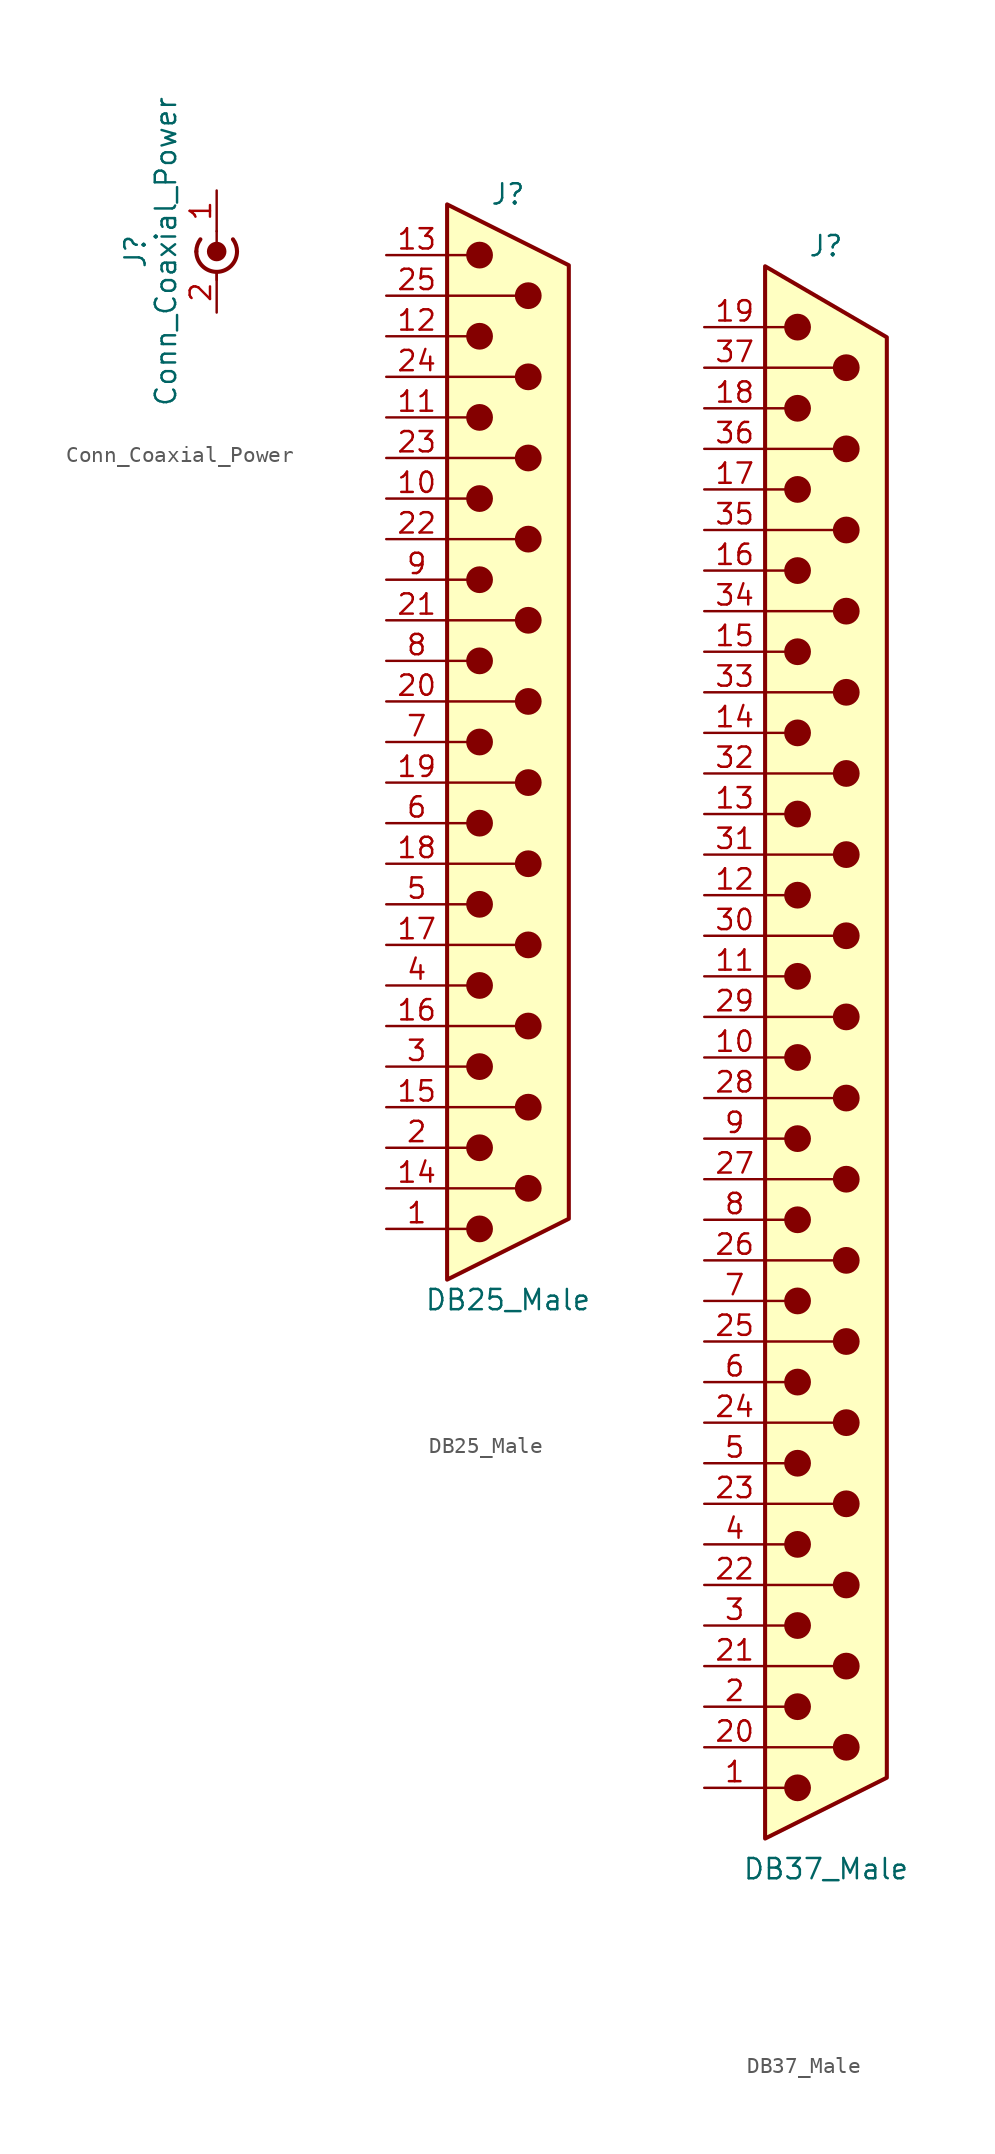
<source format=kicad_sym>
(kicad_symbol_lib
  (version 20220914)
  (generator kicad_symbol_editor)
  (symbol "Conn_Coaxial_Power"
    (pin_names
      (offset 1.016) hide)
    (property "Reference" "J"
      (at -5.08 -1.27 90)
      (effects (font (size 1.27 1.27))))
    (property "Value" "Conn_Coaxial_Power"
      (at -3.175 -1.27 90)
      (effects (font (size 1.27 1.27))))
    (symbol "Conn_Coaxial_Power_0_1"
      (arc (start -1.27 -1.27) (mid 0 -2.5345) (end 1.27 -1.27) (stroke (width 0.254) (type solid)) (fill (type none)))
      (arc (start -1.016 -0.508) (mid -1.2048 -0.8684) (end -1.27 -1.27) (stroke (width 0.254) (type solid)) (fill (type none)))
      (circle (center 0 -1.27) (radius 0.508) (stroke (width 0.203) (type solid)) (fill (type outline)))
      (polyline (pts (xy 0 -2.54) (xy 0 -3.048)) (stroke (width 0) (type solid)) (fill (type none)))
      (polyline (pts (xy 0 0) (xy 0 -1.27)) (stroke (width 0) (type solid)) (fill (type none)))
      (arc (start 1.27 -1.27) (mid 1.2048 -0.8684) (end 1.016 -0.508) (stroke (width 0.254) (type solid)) (fill (type none))))
    (symbol "Conn_Coaxial_Power_1_1"
      (pin passive line (at 0 2.54 270) (length 2.54) (name "In" (effects (font (size 1.27 1.27)))) (number "1" (effects (font (size 1.27 1.27)))))
      (pin passive line (at 0 -5.08 90) (length 2.54) (name "Ext" (effects (font (size 1.27 1.27)))) (number "2" (effects (font (size 1.27 1.27)))))))
  (symbol "DB25_Male"
    (pin_names
      (offset 1.016) hide)
    (property "Reference" "J"
      (at 0 34.29 0)
      (effects (font (size 1.27 1.27))))
    (property "Value" "DB25_Male"
      (at 0 -34.925 0)
      (effects (font (size 1.27 1.27))))
    (symbol "DB25_Male_0_1"
      (circle (center -1.778 -30.48) (radius 0.762) (stroke (width 0) (type solid)) (fill (type outline)))
      (circle (center -1.778 -25.4) (radius 0.762) (stroke (width 0) (type solid)) (fill (type outline)))
      (circle (center -1.778 -20.32) (radius 0.762) (stroke (width 0) (type solid)) (fill (type outline)))
      (circle (center -1.778 -15.24) (radius 0.762) (stroke (width 0) (type solid)) (fill (type outline)))
      (circle (center -1.778 -10.16) (radius 0.762) (stroke (width 0) (type solid)) (fill (type outline)))
      (circle (center -1.778 -5.08) (radius 0.762) (stroke (width 0) (type solid)) (fill (type outline)))
      (circle (center -1.778 0) (radius 0.762) (stroke (width 0) (type solid)) (fill (type outline)))
      (circle (center -1.778 5.08) (radius 0.762) (stroke (width 0) (type solid)) (fill (type outline)))
      (circle (center -1.778 10.16) (radius 0.762) (stroke (width 0) (type solid)) (fill (type outline)))
      (circle (center -1.778 15.24) (radius 0.762) (stroke (width 0) (type solid)) (fill (type outline)))
      (circle (center -1.778 20.32) (radius 0.762) (stroke (width 0) (type solid)) (fill (type outline)))
      (circle (center -1.778 25.4) (radius 0.762) (stroke (width 0) (type solid)) (fill (type outline)))
      (circle (center -1.778 30.48) (radius 0.762) (stroke (width 0) (type solid)) (fill (type outline)))
      (polyline (pts (xy -3.81 -30.48) (xy -2.54 -30.48)) (stroke (width 0) (type solid)) (fill (type none)))
      (polyline (pts (xy -3.81 -27.94) (xy 0.508 -27.94)) (stroke (width 0) (type solid)) (fill (type none)))
      (polyline (pts (xy -3.81 -25.4) (xy -2.54 -25.4)) (stroke (width 0) (type solid)) (fill (type none)))
      (polyline (pts (xy -3.81 -22.86) (xy 0.508 -22.86)) (stroke (width 0) (type solid)) (fill (type none)))
      (polyline (pts (xy -3.81 -20.32) (xy -2.54 -20.32)) (stroke (width 0) (type solid)) (fill (type none)))
      (polyline (pts (xy -3.81 -17.78) (xy 0.508 -17.78)) (stroke (width 0) (type solid)) (fill (type none)))
      (polyline (pts (xy -3.81 -15.24) (xy -2.54 -15.24)) (stroke (width 0) (type solid)) (fill (type none)))
      (polyline (pts (xy -3.81 -12.7) (xy 0.508 -12.7)) (stroke (width 0) (type solid)) (fill (type none)))
      (polyline (pts (xy -3.81 -10.16) (xy -2.54 -10.16)) (stroke (width 0) (type solid)) (fill (type none)))
      (polyline (pts (xy -3.81 -7.62) (xy 0.508 -7.62)) (stroke (width 0) (type solid)) (fill (type none)))
      (polyline (pts (xy -3.81 -5.08) (xy -2.54 -5.08)) (stroke (width 0) (type solid)) (fill (type none)))
      (polyline (pts (xy -3.81 -2.54) (xy 0.508 -2.54)) (stroke (width 0) (type solid)) (fill (type none)))
      (polyline (pts (xy -3.81 0) (xy -2.54 0)) (stroke (width 0) (type solid)) (fill (type none)))
      (polyline (pts (xy -3.81 2.54) (xy 0.508 2.54)) (stroke (width 0) (type solid)) (fill (type none)))
      (polyline (pts (xy -3.81 5.08) (xy -2.54 5.08)) (stroke (width 0) (type solid)) (fill (type none)))
      (polyline (pts (xy -3.81 7.62) (xy 0.508 7.62)) (stroke (width 0) (type solid)) (fill (type none)))
      (polyline (pts (xy -3.81 10.16) (xy -2.54 10.16)) (stroke (width 0) (type solid)) (fill (type none)))
      (polyline (pts (xy -3.81 12.7) (xy 0.508 12.7)) (stroke (width 0) (type solid)) (fill (type none)))
      (polyline (pts (xy -3.81 15.24) (xy -2.54 15.24)) (stroke (width 0) (type solid)) (fill (type none)))
      (polyline (pts (xy -3.81 17.78) (xy 0.508 17.78)) (stroke (width 0) (type solid)) (fill (type none)))
      (polyline (pts (xy -3.81 20.32) (xy -2.54 20.32)) (stroke (width 0) (type solid)) (fill (type none)))
      (polyline (pts (xy -3.81 22.86) (xy 0.508 22.86)) (stroke (width 0) (type solid)) (fill (type none)))
      (polyline (pts (xy -3.81 25.4) (xy -2.54 25.4)) (stroke (width 0) (type solid)) (fill (type none)))
      (polyline (pts (xy -3.81 27.94) (xy 0.508 27.94)) (stroke (width 0) (type solid)) (fill (type none)))
      (polyline (pts (xy -3.81 30.48) (xy -2.54 30.48)) (stroke (width 0) (type solid)) (fill (type none)))
      (polyline (pts (xy -3.81 -33.655) (xy 3.81 -29.845) (xy 3.81 29.845) (xy -3.81 33.655) (xy -3.81 -33.655)) (stroke (width 0.254) (type solid)) (fill (type background)))
      (circle (center 1.27 -27.94) (radius 0.762) (stroke (width 0) (type solid)) (fill (type outline)))
      (circle (center 1.27 -22.86) (radius 0.762) (stroke (width 0) (type solid)) (fill (type outline)))
      (circle (center 1.27 -17.78) (radius 0.762) (stroke (width 0) (type solid)) (fill (type outline)))
      (circle (center 1.27 -12.7) (radius 0.762) (stroke (width 0) (type solid)) (fill (type outline)))
      (circle (center 1.27 -7.62) (radius 0.762) (stroke (width 0) (type solid)) (fill (type outline)))
      (circle (center 1.27 -2.54) (radius 0.762) (stroke (width 0) (type solid)) (fill (type outline)))
      (circle (center 1.27 2.54) (radius 0.762) (stroke (width 0) (type solid)) (fill (type outline)))
      (circle (center 1.27 7.62) (radius 0.762) (stroke (width 0) (type solid)) (fill (type outline)))
      (circle (center 1.27 12.7) (radius 0.762) (stroke (width 0) (type solid)) (fill (type outline)))
      (circle (center 1.27 17.78) (radius 0.762) (stroke (width 0) (type solid)) (fill (type outline)))
      (circle (center 1.27 22.86) (radius 0.762) (stroke (width 0) (type solid)) (fill (type outline)))
      (circle (center 1.27 27.94) (radius 0.762) (stroke (width 0) (type solid)) (fill (type outline))))
    (symbol "DB25_Male_1_1"
      (pin passive line (at -7.62 -30.48 0) (length 3.81) (name "1" (effects (font (size 1.27 1.27)))) (number "1" (effects (font (size 1.27 1.27)))))
      (pin passive line (at -7.62 15.24 0) (length 3.81) (name "10" (effects (font (size 1.27 1.27)))) (number "10" (effects (font (size 1.27 1.27)))))
      (pin passive line (at -7.62 20.32 0) (length 3.81) (name "11" (effects (font (size 1.27 1.27)))) (number "11" (effects (font (size 1.27 1.27)))))
      (pin passive line (at -7.62 25.4 0) (length 3.81) (name "12" (effects (font (size 1.27 1.27)))) (number "12" (effects (font (size 1.27 1.27)))))
      (pin passive line (at -7.62 30.48 0) (length 3.81) (name "13" (effects (font (size 1.27 1.27)))) (number "13" (effects (font (size 1.27 1.27)))))
      (pin passive line (at -7.62 -27.94 0) (length 3.81) (name "P14" (effects (font (size 1.27 1.27)))) (number "14" (effects (font (size 1.27 1.27)))))
      (pin passive line (at -7.62 -22.86 0) (length 3.81) (name "P15" (effects (font (size 1.27 1.27)))) (number "15" (effects (font (size 1.27 1.27)))))
      (pin passive line (at -7.62 -17.78 0) (length 3.81) (name "P16" (effects (font (size 1.27 1.27)))) (number "16" (effects (font (size 1.27 1.27)))))
      (pin passive line (at -7.62 -12.7 0) (length 3.81) (name "P17" (effects (font (size 1.27 1.27)))) (number "17" (effects (font (size 1.27 1.27)))))
      (pin passive line (at -7.62 -7.62 0) (length 3.81) (name "P18" (effects (font (size 1.27 1.27)))) (number "18" (effects (font (size 1.27 1.27)))))
      (pin passive line (at -7.62 -2.54 0) (length 3.81) (name "P19" (effects (font (size 1.27 1.27)))) (number "19" (effects (font (size 1.27 1.27)))))
      (pin passive line (at -7.62 -25.4 0) (length 3.81) (name "2" (effects (font (size 1.27 1.27)))) (number "2" (effects (font (size 1.27 1.27)))))
      (pin passive line (at -7.62 2.54 0) (length 3.81) (name "P20" (effects (font (size 1.27 1.27)))) (number "20" (effects (font (size 1.27 1.27)))))
      (pin passive line (at -7.62 7.62 0) (length 3.81) (name "P21" (effects (font (size 1.27 1.27)))) (number "21" (effects (font (size 1.27 1.27)))))
      (pin passive line (at -7.62 12.7 0) (length 3.81) (name "P22" (effects (font (size 1.27 1.27)))) (number "22" (effects (font (size 1.27 1.27)))))
      (pin passive line (at -7.62 17.78 0) (length 3.81) (name "P23" (effects (font (size 1.27 1.27)))) (number "23" (effects (font (size 1.27 1.27)))))
      (pin passive line (at -7.62 22.86 0) (length 3.81) (name "P24" (effects (font (size 1.27 1.27)))) (number "24" (effects (font (size 1.27 1.27)))))
      (pin passive line (at -7.62 27.94 0) (length 3.81) (name "P25" (effects (font (size 1.27 1.27)))) (number "25" (effects (font (size 1.27 1.27)))))
      (pin passive line (at -7.62 -20.32 0) (length 3.81) (name "3" (effects (font (size 1.27 1.27)))) (number "3" (effects (font (size 1.27 1.27)))))
      (pin passive line (at -7.62 -15.24 0) (length 3.81) (name "4" (effects (font (size 1.27 1.27)))) (number "4" (effects (font (size 1.27 1.27)))))
      (pin passive line (at -7.62 -10.16 0) (length 3.81) (name "5" (effects (font (size 1.27 1.27)))) (number "5" (effects (font (size 1.27 1.27)))))
      (pin passive line (at -7.62 -5.08 0) (length 3.81) (name "6" (effects (font (size 1.27 1.27)))) (number "6" (effects (font (size 1.27 1.27)))))
      (pin passive line (at -7.62 0 0) (length 3.81) (name "7" (effects (font (size 1.27 1.27)))) (number "7" (effects (font (size 1.27 1.27)))))
      (pin passive line (at -7.62 5.08 0) (length 3.81) (name "8" (effects (font (size 1.27 1.27)))) (number "8" (effects (font (size 1.27 1.27)))))
      (pin passive line (at -7.62 10.16 0) (length 3.81) (name "9" (effects (font (size 1.27 1.27)))) (number "9" (effects (font (size 1.27 1.27)))))))
  (symbol "DB37_Male"
    (pin_names
      (offset 1.016) hide)
    (property "Reference" "J"
      (at 0 50.8 0)
      (effects (font (size 1.27 1.27))))
    (property "Value" "DB37_Male"
      (at 0 -50.8 0)
      (effects (font (size 1.27 1.27))))
    (symbol "DB37_Male_0_1"
      (circle (center -1.778 -45.72) (radius 0.762) (stroke (width 0) (type solid)) (fill (type outline)))
      (circle (center -1.778 -40.64) (radius 0.762) (stroke (width 0) (type solid)) (fill (type outline)))
      (circle (center -1.778 -35.56) (radius 0.762) (stroke (width 0) (type solid)) (fill (type outline)))
      (circle (center -1.778 -30.48) (radius 0.762) (stroke (width 0) (type solid)) (fill (type outline)))
      (circle (center -1.778 -25.4) (radius 0.762) (stroke (width 0) (type solid)) (fill (type outline)))
      (circle (center -1.778 -20.32) (radius 0.762) (stroke (width 0) (type solid)) (fill (type outline)))
      (circle (center -1.778 -15.24) (radius 0.762) (stroke (width 0) (type solid)) (fill (type outline)))
      (circle (center -1.778 -10.16) (radius 0.762) (stroke (width 0) (type solid)) (fill (type outline)))
      (circle (center -1.778 -5.08) (radius 0.762) (stroke (width 0) (type solid)) (fill (type outline)))
      (circle (center -1.778 0) (radius 0.762) (stroke (width 0) (type solid)) (fill (type outline)))
      (circle (center -1.778 5.08) (radius 0.762) (stroke (width 0) (type solid)) (fill (type outline)))
      (circle (center -1.778 10.16) (radius 0.762) (stroke (width 0) (type solid)) (fill (type outline)))
      (circle (center -1.778 15.24) (radius 0.762) (stroke (width 0) (type solid)) (fill (type outline)))
      (circle (center -1.778 20.32) (radius 0.762) (stroke (width 0) (type solid)) (fill (type outline)))
      (circle (center -1.778 25.4) (radius 0.762) (stroke (width 0) (type solid)) (fill (type outline)))
      (circle (center -1.778 30.48) (radius 0.762) (stroke (width 0) (type solid)) (fill (type outline)))
      (circle (center -1.778 35.56) (radius 0.762) (stroke (width 0) (type solid)) (fill (type outline)))
      (circle (center -1.778 40.64) (radius 0.762) (stroke (width 0) (type solid)) (fill (type outline)))
      (circle (center -1.778 45.72) (radius 0.762) (stroke (width 0) (type solid)) (fill (type outline)))
      (polyline (pts (xy -3.81 -45.72) (xy -2.54 -45.72)) (stroke (width 0) (type solid)) (fill (type none)))
      (polyline (pts (xy -3.81 -43.18) (xy 0.508 -43.18)) (stroke (width 0) (type solid)) (fill (type none)))
      (polyline (pts (xy -3.81 -40.64) (xy -2.54 -40.64)) (stroke (width 0) (type solid)) (fill (type none)))
      (polyline (pts (xy -3.81 -38.1) (xy 0.508 -38.1)) (stroke (width 0) (type solid)) (fill (type none)))
      (polyline (pts (xy -3.81 -35.56) (xy -2.54 -35.56)) (stroke (width 0) (type solid)) (fill (type none)))
      (polyline (pts (xy -3.81 -33.02) (xy 0.508 -33.02)) (stroke (width 0) (type solid)) (fill (type none)))
      (polyline (pts (xy -3.81 -30.48) (xy -2.54 -30.48)) (stroke (width 0) (type solid)) (fill (type none)))
      (polyline (pts (xy -3.81 -27.94) (xy 0.508 -27.94)) (stroke (width 0) (type solid)) (fill (type none)))
      (polyline (pts (xy -3.81 -25.4) (xy -2.54 -25.4)) (stroke (width 0) (type solid)) (fill (type none)))
      (polyline (pts (xy -3.81 -22.86) (xy 0.508 -22.86)) (stroke (width 0) (type solid)) (fill (type none)))
      (polyline (pts (xy -3.81 -20.32) (xy -2.54 -20.32)) (stroke (width 0) (type solid)) (fill (type none)))
      (polyline (pts (xy -3.81 -17.78) (xy 0.508 -17.78)) (stroke (width 0) (type solid)) (fill (type none)))
      (polyline (pts (xy -3.81 -15.24) (xy -2.54 -15.24)) (stroke (width 0) (type solid)) (fill (type none)))
      (polyline (pts (xy -3.81 -12.7) (xy 0.508 -12.7)) (stroke (width 0) (type solid)) (fill (type none)))
      (polyline (pts (xy -3.81 -10.16) (xy -2.54 -10.16)) (stroke (width 0) (type solid)) (fill (type none)))
      (polyline (pts (xy -3.81 -7.62) (xy 0.508 -7.62)) (stroke (width 0) (type solid)) (fill (type none)))
      (polyline (pts (xy -3.81 -5.08) (xy -2.54 -5.08)) (stroke (width 0) (type solid)) (fill (type none)))
      (polyline (pts (xy -3.81 -2.54) (xy 0.508 -2.54)) (stroke (width 0) (type solid)) (fill (type none)))
      (polyline (pts (xy -3.81 0) (xy -2.54 0)) (stroke (width 0) (type solid)) (fill (type none)))
      (polyline (pts (xy -3.81 2.54) (xy 0.508 2.54)) (stroke (width 0) (type solid)) (fill (type none)))
      (polyline (pts (xy -3.81 5.08) (xy -2.54 5.08)) (stroke (width 0) (type solid)) (fill (type none)))
      (polyline (pts (xy -3.81 7.62) (xy 0.508 7.62)) (stroke (width 0) (type solid)) (fill (type none)))
      (polyline (pts (xy -3.81 10.16) (xy -2.54 10.16)) (stroke (width 0) (type solid)) (fill (type none)))
      (polyline (pts (xy -3.81 12.7) (xy 0.508 12.7)) (stroke (width 0) (type solid)) (fill (type none)))
      (polyline (pts (xy -3.81 15.24) (xy -2.54 15.24)) (stroke (width 0) (type solid)) (fill (type none)))
      (polyline (pts (xy -3.81 17.78) (xy 0.508 17.78)) (stroke (width 0) (type solid)) (fill (type none)))
      (polyline (pts (xy -3.81 20.32) (xy -2.54 20.32)) (stroke (width 0) (type solid)) (fill (type none)))
      (polyline (pts (xy -3.81 22.86) (xy 0.508 22.86)) (stroke (width 0) (type solid)) (fill (type none)))
      (polyline (pts (xy -3.81 25.4) (xy -2.54 25.4)) (stroke (width 0) (type solid)) (fill (type none)))
      (polyline (pts (xy -3.81 27.94) (xy 0.508 27.94)) (stroke (width 0) (type solid)) (fill (type none)))
      (polyline (pts (xy -3.81 30.48) (xy -2.54 30.48)) (stroke (width 0) (type solid)) (fill (type none)))
      (polyline (pts (xy -3.81 33.02) (xy 0.508 33.02)) (stroke (width 0) (type solid)) (fill (type none)))
      (polyline (pts (xy -3.81 35.56) (xy -2.54 35.56)) (stroke (width 0) (type solid)) (fill (type none)))
      (polyline (pts (xy -3.81 38.1) (xy 0.508 38.1)) (stroke (width 0) (type solid)) (fill (type none)))
      (polyline (pts (xy -3.81 40.64) (xy -2.54 40.64)) (stroke (width 0) (type solid)) (fill (type none)))
      (polyline (pts (xy -3.81 43.18) (xy 0.508 43.18)) (stroke (width 0) (type solid)) (fill (type none)))
      (polyline (pts (xy -3.81 45.72) (xy -2.54 45.72)) (stroke (width 0) (type solid)) (fill (type none)))
      (polyline (pts (xy -3.81 49.53) (xy 3.81 45.085) (xy 3.81 -45.085) (xy -3.81 -48.895) (xy -3.81 49.53)) (stroke (width 0.254) (type solid)) (fill (type background)))
      (circle (center 1.27 -43.18) (radius 0.762) (stroke (width 0) (type solid)) (fill (type outline)))
      (circle (center 1.27 -38.1) (radius 0.762) (stroke (width 0) (type solid)) (fill (type outline)))
      (circle (center 1.27 -33.02) (radius 0.762) (stroke (width 0) (type solid)) (fill (type outline)))
      (circle (center 1.27 -27.94) (radius 0.762) (stroke (width 0) (type solid)) (fill (type outline)))
      (circle (center 1.27 -22.86) (radius 0.762) (stroke (width 0) (type solid)) (fill (type outline)))
      (circle (center 1.27 -17.78) (radius 0.762) (stroke (width 0) (type solid)) (fill (type outline)))
      (circle (center 1.27 -12.7) (radius 0.762) (stroke (width 0) (type solid)) (fill (type outline)))
      (circle (center 1.27 -7.62) (radius 0.762) (stroke (width 0) (type solid)) (fill (type outline)))
      (circle (center 1.27 -2.54) (radius 0.762) (stroke (width 0) (type solid)) (fill (type outline)))
      (circle (center 1.27 2.54) (radius 0.762) (stroke (width 0) (type solid)) (fill (type outline)))
      (circle (center 1.27 7.62) (radius 0.762) (stroke (width 0) (type solid)) (fill (type outline)))
      (circle (center 1.27 12.7) (radius 0.762) (stroke (width 0) (type solid)) (fill (type outline)))
      (circle (center 1.27 17.78) (radius 0.762) (stroke (width 0) (type solid)) (fill (type outline)))
      (circle (center 1.27 22.86) (radius 0.762) (stroke (width 0) (type solid)) (fill (type outline)))
      (circle (center 1.27 27.94) (radius 0.762) (stroke (width 0) (type solid)) (fill (type outline)))
      (circle (center 1.27 33.02) (radius 0.762) (stroke (width 0) (type solid)) (fill (type outline)))
      (circle (center 1.27 38.1) (radius 0.762) (stroke (width 0) (type solid)) (fill (type outline)))
      (circle (center 1.27 43.18) (radius 0.762) (stroke (width 0) (type solid)) (fill (type outline))))
    (symbol "DB37_Male_1_1"
      (pin passive line (at -7.62 -45.72 0) (length 3.81) (name "1" (effects (font (size 1.27 1.27)))) (number "1" (effects (font (size 1.27 1.27)))))
      (pin passive line (at -7.62 0 0) (length 3.81) (name "10" (effects (font (size 1.27 1.27)))) (number "10" (effects (font (size 1.27 1.27)))))
      (pin passive line (at -7.62 5.08 0) (length 3.81) (name "11" (effects (font (size 1.27 1.27)))) (number "11" (effects (font (size 1.27 1.27)))))
      (pin passive line (at -7.62 10.16 0) (length 3.81) (name "12" (effects (font (size 1.27 1.27)))) (number "12" (effects (font (size 1.27 1.27)))))
      (pin passive line (at -7.62 15.24 0) (length 3.81) (name "13" (effects (font (size 1.27 1.27)))) (number "13" (effects (font (size 1.27 1.27)))))
      (pin passive line (at -7.62 20.32 0) (length 3.81) (name "14" (effects (font (size 1.27 1.27)))) (number "14" (effects (font (size 1.27 1.27)))))
      (pin passive line (at -7.62 25.4 0) (length 3.81) (name "15" (effects (font (size 1.27 1.27)))) (number "15" (effects (font (size 1.27 1.27)))))
      (pin passive line (at -7.62 30.48 0) (length 3.81) (name "16" (effects (font (size 1.27 1.27)))) (number "16" (effects (font (size 1.27 1.27)))))
      (pin passive line (at -7.62 35.56 0) (length 3.81) (name "17" (effects (font (size 1.27 1.27)))) (number "17" (effects (font (size 1.27 1.27)))))
      (pin passive line (at -7.62 40.64 0) (length 3.81) (name "18" (effects (font (size 1.27 1.27)))) (number "18" (effects (font (size 1.27 1.27)))))
      (pin passive line (at -7.62 45.72 0) (length 3.81) (name "19" (effects (font (size 1.27 1.27)))) (number "19" (effects (font (size 1.27 1.27)))))
      (pin passive line (at -7.62 -40.64 0) (length 3.81) (name "2" (effects (font (size 1.27 1.27)))) (number "2" (effects (font (size 1.27 1.27)))))
      (pin passive line (at -7.62 -43.18 0) (length 3.81) (name "20" (effects (font (size 1.27 1.27)))) (number "20" (effects (font (size 1.27 1.27)))))
      (pin passive line (at -7.62 -38.1 0) (length 3.81) (name "21" (effects (font (size 1.27 1.27)))) (number "21" (effects (font (size 1.27 1.27)))))
      (pin passive line (at -7.62 -33.02 0) (length 3.81) (name "22" (effects (font (size 1.27 1.27)))) (number "22" (effects (font (size 1.27 1.27)))))
      (pin passive line (at -7.62 -27.94 0) (length 3.81) (name "23" (effects (font (size 1.27 1.27)))) (number "23" (effects (font (size 1.27 1.27)))))
      (pin passive line (at -7.62 -22.86 0) (length 3.81) (name "24" (effects (font (size 1.27 1.27)))) (number "24" (effects (font (size 1.27 1.27)))))
      (pin passive line (at -7.62 -17.78 0) (length 3.81) (name "25" (effects (font (size 1.27 1.27)))) (number "25" (effects (font (size 1.27 1.27)))))
      (pin passive line (at -7.62 -12.7 0) (length 3.81) (name "26" (effects (font (size 1.27 1.27)))) (number "26" (effects (font (size 1.27 1.27)))))
      (pin passive line (at -7.62 -7.62 0) (length 3.81) (name "27" (effects (font (size 1.27 1.27)))) (number "27" (effects (font (size 1.27 1.27)))))
      (pin passive line (at -7.62 -2.54 0) (length 3.81) (name "28" (effects (font (size 1.27 1.27)))) (number "28" (effects (font (size 1.27 1.27)))))
      (pin passive line (at -7.62 2.54 0) (length 3.81) (name "29" (effects (font (size 1.27 1.27)))) (number "29" (effects (font (size 1.27 1.27)))))
      (pin passive line (at -7.62 -35.56 0) (length 3.81) (name "3" (effects (font (size 1.27 1.27)))) (number "3" (effects (font (size 1.27 1.27)))))
      (pin passive line (at -7.62 7.62 0) (length 3.81) (name "30" (effects (font (size 1.27 1.27)))) (number "30" (effects (font (size 1.27 1.27)))))
      (pin passive line (at -7.62 12.7 0) (length 3.81) (name "31" (effects (font (size 1.27 1.27)))) (number "31" (effects (font (size 1.27 1.27)))))
      (pin passive line (at -7.62 17.78 0) (length 3.81) (name "32" (effects (font (size 1.27 1.27)))) (number "32" (effects (font (size 1.27 1.27)))))
      (pin passive line (at -7.62 22.86 0) (length 3.81) (name "33" (effects (font (size 1.27 1.27)))) (number "33" (effects (font (size 1.27 1.27)))))
      (pin passive line (at -7.62 27.94 0) (length 3.81) (name "34" (effects (font (size 1.27 1.27)))) (number "34" (effects (font (size 1.27 1.27)))))
      (pin passive line (at -7.62 33.02 0) (length 3.81) (name "35" (effects (font (size 1.27 1.27)))) (number "35" (effects (font (size 1.27 1.27)))))
      (pin passive line (at -7.62 38.1 0) (length 3.81) (name "36" (effects (font (size 1.27 1.27)))) (number "36" (effects (font (size 1.27 1.27)))))
      (pin passive line (at -7.62 43.18 0) (length 3.81) (name "37" (effects (font (size 1.27 1.27)))) (number "37" (effects (font (size 1.27 1.27)))))
      (pin passive line (at -7.62 -30.48 0) (length 3.81) (name "4" (effects (font (size 1.27 1.27)))) (number "4" (effects (font (size 1.27 1.27)))))
      (pin passive line (at -7.62 -25.4 0) (length 3.81) (name "5" (effects (font (size 1.27 1.27)))) (number "5" (effects (font (size 1.27 1.27)))))
      (pin passive line (at -7.62 -20.32 0) (length 3.81) (name "6" (effects (font (size 1.27 1.27)))) (number "6" (effects (font (size 1.27 1.27)))))
      (pin passive line (at -7.62 -15.24 0) (length 3.81) (name "7" (effects (font (size 1.27 1.27)))) (number "7" (effects (font (size 1.27 1.27)))))
      (pin passive line (at -7.62 -10.16 0) (length 3.81) (name "8" (effects (font (size 1.27 1.27)))) (number "8" (effects (font (size 1.27 1.27)))))
      (pin passive line (at -7.62 -5.08 0) (length 3.81) (name "9" (effects (font (size 1.27 1.27)))) (number "9" (effects (font (size 1.27 1.27))))))))
</source>
